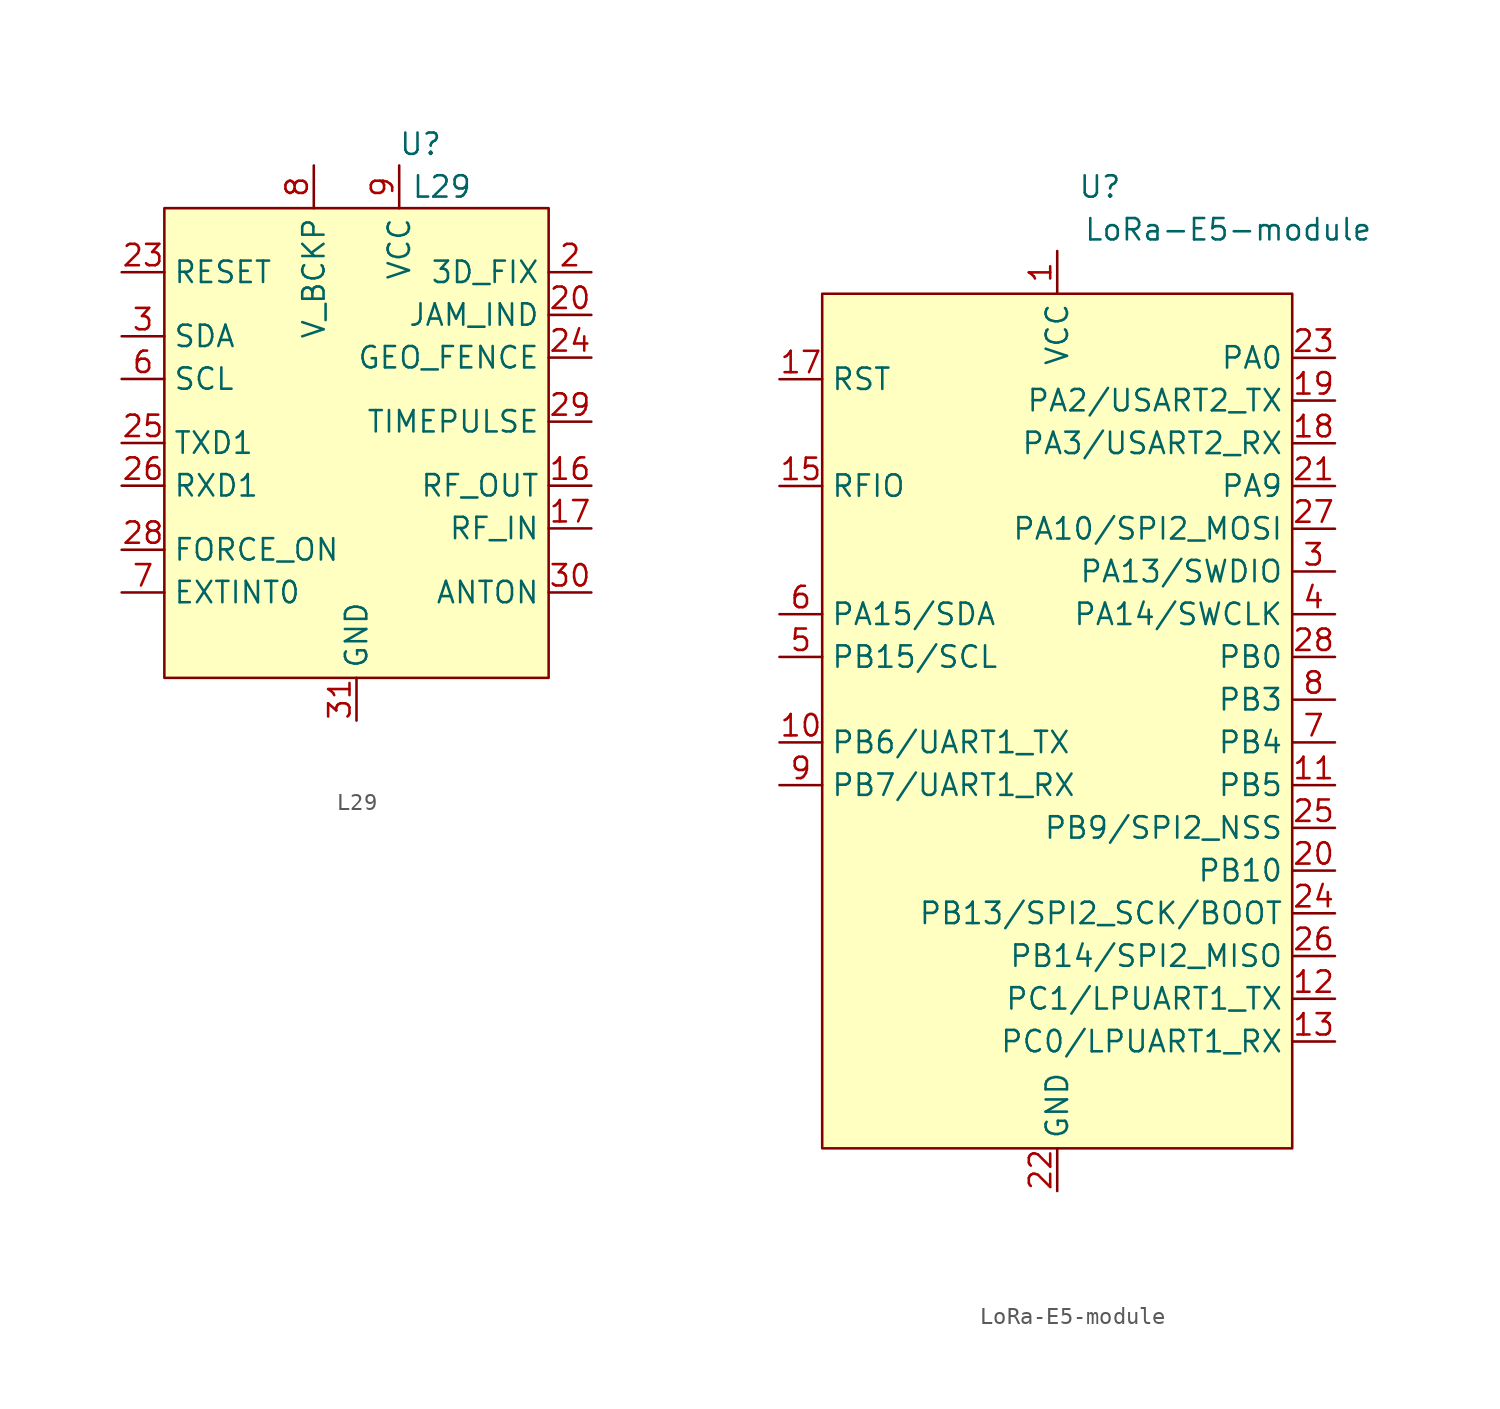
<source format=kicad_sym>
(kicad_symbol_lib
  (version 20211014)
  (generator kicad_symbol_editor)
  (symbol "L29"
    (property "Reference" "U"
      (at 3.81 17.78 0)
      (effects (font (size 1.27 1.27))))
    (property "Value" "L29"
      (at 5.08 15.24 0)
      (effects (font (size 1.27 1.27))))
    (symbol "L29_0_0"
      (pin no_connect line (at 13.97 -11.43 180) (length 2.54) hide (name "NC" (effects (font (size 1.27 1.27)))) (number "1" (effects (font (size 1.27 1.27)))))
      (pin passive line (at 0 -16.51 90) (length 2.54) hide (name "GND" (effects (font (size 1.27 1.27)))) (number "10" (effects (font (size 1.27 1.27)))))
      (pin passive line (at 0 -16.51 90) (length 2.54) hide (name "GND" (effects (font (size 1.27 1.27)))) (number "11" (effects (font (size 1.27 1.27)))))
      (pin passive line (at 0 -16.51 90) (length 2.54) hide (name "GND" (effects (font (size 1.27 1.27)))) (number "12" (effects (font (size 1.27 1.27)))))
      (pin passive line (at 0 -16.51 90) (length 2.54) hide (name "GND" (effects (font (size 1.27 1.27)))) (number "13" (effects (font (size 1.27 1.27)))))
      (pin passive line (at 0 -16.51 90) (length 2.54) hide (name "GND" (effects (font (size 1.27 1.27)))) (number "14" (effects (font (size 1.27 1.27)))))
      (pin passive line (at 0 -16.51 90) (length 2.54) hide (name "GND" (effects (font (size 1.27 1.27)))) (number "15" (effects (font (size 1.27 1.27)))))
      (pin output line (at 13.97 -2.54 180) (length 2.54) (name "RF_OUT" (effects (font (size 1.27 1.27)))) (number "16" (effects (font (size 1.27 1.27)))))
      (pin input line (at 13.97 -5.08 180) (length 2.54) (name "RF_IN" (effects (font (size 1.27 1.27)))) (number "17" (effects (font (size 1.27 1.27)))))
      (pin passive line (at 0 -16.51 90) (length 2.54) hide (name "GND" (effects (font (size 1.27 1.27)))) (number "18" (effects (font (size 1.27 1.27)))))
      (pin passive line (at 0 -16.51 90) (length 2.54) hide (name "GND" (effects (font (size 1.27 1.27)))) (number "19" (effects (font (size 1.27 1.27)))))
      (pin output line (at 13.97 10.16 180) (length 2.54) (name "3D_FIX" (effects (font (size 1.27 1.27)))) (number "2" (effects (font (size 1.27 1.27)))))
      (pin output line (at 13.97 7.62 180) (length 2.54) (name "JAM_IND" (effects (font (size 1.27 1.27)))) (number "20" (effects (font (size 1.27 1.27)))))
      (pin passive line (at 0 -16.51 90) (length 2.54) hide (name "GND" (effects (font (size 1.27 1.27)))) (number "21" (effects (font (size 1.27 1.27)))))
      (pin passive line (at 0 -16.51 90) (length 2.54) hide (name "GND" (effects (font (size 1.27 1.27)))) (number "22" (effects (font (size 1.27 1.27)))))
      (pin input line (at -13.97 10.16 0) (length 2.54) (name "RESET" (effects (font (size 1.27 1.27)))) (number "23" (effects (font (size 1.27 1.27)))))
      (pin output line (at 13.97 5.08 180) (length 2.54) (name "GEO_FENCE" (effects (font (size 1.27 1.27)))) (number "24" (effects (font (size 1.27 1.27)))))
      (pin output line (at -13.97 0 0) (length 2.54) (name "TXD1" (effects (font (size 1.27 1.27)))) (number "25" (effects (font (size 1.27 1.27)))))
      (pin input line (at -13.97 -2.54 0) (length 2.54) (name "RXD1" (effects (font (size 1.27 1.27)))) (number "26" (effects (font (size 1.27 1.27)))))
      (pin passive line (at 0 -16.51 90) (length 2.54) hide (name "GND" (effects (font (size 1.27 1.27)))) (number "27" (effects (font (size 1.27 1.27)))))
      (pin input line (at -13.97 -6.35 0) (length 2.54) (name "FORCE_ON" (effects (font (size 1.27 1.27)))) (number "28" (effects (font (size 1.27 1.27)))))
      (pin output line (at 13.97 1.27 180) (length 2.54) (name "TIMEPULSE" (effects (font (size 1.27 1.27)))) (number "29" (effects (font (size 1.27 1.27)))))
      (pin bidirectional line (at -13.97 6.35 0) (length 2.54) (name "SDA" (effects (font (size 1.27 1.27)))) (number "3" (effects (font (size 1.27 1.27)))))
      (pin output line (at 13.97 -8.89 180) (length 2.54) (name "ANTON" (effects (font (size 1.27 1.27)))) (number "30" (effects (font (size 1.27 1.27)))))
      (pin passive line (at 0 -16.51 90) (length 2.54) (name "GND" (effects (font (size 1.27 1.27)))) (number "31" (effects (font (size 1.27 1.27)))))
      (pin passive line (at 0 -16.51 90) (length 2.54) hide (name "GND" (effects (font (size 1.27 1.27)))) (number "4" (effects (font (size 1.27 1.27)))))
      (pin passive line (at 0 -16.51 90) (length 2.54) hide (name "GND" (effects (font (size 1.27 1.27)))) (number "5" (effects (font (size 1.27 1.27)))))
      (pin bidirectional line (at -13.97 3.81 0) (length 2.54) (name "SCL" (effects (font (size 1.27 1.27)))) (number "6" (effects (font (size 1.27 1.27)))))
      (pin input line (at -13.97 -8.89 0) (length 2.54) (name "EXTINT0" (effects (font (size 1.27 1.27)))) (number "7" (effects (font (size 1.27 1.27)))))
      (pin passive line (at -2.54 16.51 270) (length 2.54) (name "V_BCKP" (effects (font (size 1.27 1.27)))) (number "8" (effects (font (size 1.27 1.27)))))
      (pin passive line (at 2.54 16.51 270) (length 2.54) (name "VCC" (effects (font (size 1.27 1.27)))) (number "9" (effects (font (size 1.27 1.27))))))
    (symbol "L29_0_1"
      (rectangle (start -11.43 13.97) (end 11.43 -13.97) (stroke (width 0) (type default) (color 0 0 0 0)) (fill (type background)))))
  (symbol "LoRa-E5-module"
    (property "Reference" "U"
      (at 2.54 31.75 0)
      (effects (font (size 1.27 1.27))))
    (property "Value" "LoRa-E5-module"
      (at 10.16 29.21 0)
      (effects (font (size 1.27 1.27))))
    (symbol "LoRa-E5-module_0_0"
      (pin passive line (at 0 27.94 270) (length 2.54) (name "VCC" (effects (font (size 1.27 1.27)))) (number "1" (effects (font (size 1.27 1.27)))))
      (pin bidirectional line (at -16.51 -1.27 0) (length 2.54) (name "PB6/UART1_TX" (effects (font (size 1.27 1.27)))) (number "10" (effects (font (size 1.27 1.27)))))
      (pin bidirectional line (at 16.51 -3.81 180) (length 2.54) (name "PB5" (effects (font (size 1.27 1.27)))) (number "11" (effects (font (size 1.27 1.27)))))
      (pin bidirectional line (at 16.51 -16.51 180) (length 2.54) (name "PC1/LPUART1_TX" (effects (font (size 1.27 1.27)))) (number "12" (effects (font (size 1.27 1.27)))))
      (pin bidirectional line (at 16.51 -19.05 180) (length 2.54) (name "PC0/LPUART1_RX" (effects (font (size 1.27 1.27)))) (number "13" (effects (font (size 1.27 1.27)))))
      (pin passive line (at 0 -27.94 90) (length 2.54) hide (name "GND" (effects (font (size 1.27 1.27)))) (number "14" (effects (font (size 1.27 1.27)))))
      (pin bidirectional line (at -16.51 13.97 0) (length 2.54) (name "RFIO" (effects (font (size 1.27 1.27)))) (number "15" (effects (font (size 1.27 1.27)))))
      (pin passive line (at 0 -27.94 90) (length 2.54) hide (name "GND" (effects (font (size 1.27 1.27)))) (number "16" (effects (font (size 1.27 1.27)))))
      (pin bidirectional line (at -16.51 20.32 0) (length 2.54) (name "RST" (effects (font (size 1.27 1.27)))) (number "17" (effects (font (size 1.27 1.27)))))
      (pin bidirectional line (at 16.51 16.51 180) (length 2.54) (name "PA3/USART2_RX" (effects (font (size 1.27 1.27)))) (number "18" (effects (font (size 1.27 1.27)))))
      (pin bidirectional line (at 16.51 19.05 180) (length 2.54) (name "PA2/USART2_TX" (effects (font (size 1.27 1.27)))) (number "19" (effects (font (size 1.27 1.27)))))
      (pin passive line (at 0 -27.94 90) (length 2.54) hide (name "GND" (effects (font (size 1.27 1.27)))) (number "2" (effects (font (size 1.27 1.27)))))
      (pin bidirectional line (at 16.51 -8.89 180) (length 2.54) (name "PB10" (effects (font (size 1.27 1.27)))) (number "20" (effects (font (size 1.27 1.27)))))
      (pin bidirectional line (at 16.51 13.97 180) (length 2.54) (name "PA9" (effects (font (size 1.27 1.27)))) (number "21" (effects (font (size 1.27 1.27)))))
      (pin passive line (at 0 -27.94 90) (length 2.54) (name "GND" (effects (font (size 1.27 1.27)))) (number "22" (effects (font (size 1.27 1.27)))))
      (pin bidirectional line (at 16.51 21.59 180) (length 2.54) (name "PA0" (effects (font (size 1.27 1.27)))) (number "23" (effects (font (size 1.27 1.27)))))
      (pin bidirectional line (at 16.51 -11.43 180) (length 2.54) (name "PB13/SPI2_SCK/BOOT" (effects (font (size 1.27 1.27)))) (number "24" (effects (font (size 1.27 1.27)))))
      (pin bidirectional line (at 16.51 -6.35 180) (length 2.54) (name "PB9/SPI2_NSS" (effects (font (size 1.27 1.27)))) (number "25" (effects (font (size 1.27 1.27)))))
      (pin bidirectional line (at 16.51 -13.97 180) (length 2.54) (name "PB14/SPI2_MISO" (effects (font (size 1.27 1.27)))) (number "26" (effects (font (size 1.27 1.27)))))
      (pin bidirectional line (at 16.51 11.43 180) (length 2.54) (name "PA10/SPI2_MOSI" (effects (font (size 1.27 1.27)))) (number "27" (effects (font (size 1.27 1.27)))))
      (pin bidirectional line (at 16.51 3.81 180) (length 2.54) (name "PB0" (effects (font (size 1.27 1.27)))) (number "28" (effects (font (size 1.27 1.27)))))
      (pin input line (at 16.51 8.89 180) (length 2.54) (name "PA13/SWDIO" (effects (font (size 1.27 1.27)))) (number "3" (effects (font (size 1.27 1.27)))))
      (pin bidirectional line (at 16.51 6.35 180) (length 2.54) (name "PA14/SWCLK" (effects (font (size 1.27 1.27)))) (number "4" (effects (font (size 1.27 1.27)))))
      (pin bidirectional line (at -16.51 3.81 0) (length 2.54) (name "PB15/SCL" (effects (font (size 1.27 1.27)))) (number "5" (effects (font (size 1.27 1.27)))))
      (pin bidirectional line (at -16.51 6.35 0) (length 2.54) (name "PA15/SDA" (effects (font (size 1.27 1.27)))) (number "6" (effects (font (size 1.27 1.27)))))
      (pin bidirectional line (at 16.51 -1.27 180) (length 2.54) (name "PB4" (effects (font (size 1.27 1.27)))) (number "7" (effects (font (size 1.27 1.27)))))
      (pin bidirectional line (at 16.51 1.27 180) (length 2.54) (name "PB3" (effects (font (size 1.27 1.27)))) (number "8" (effects (font (size 1.27 1.27)))))
      (pin bidirectional line (at -16.51 -3.81 0) (length 2.54) (name "PB7/UART1_RX" (effects (font (size 1.27 1.27)))) (number "9" (effects (font (size 1.27 1.27))))))
    (symbol "LoRa-E5-module_0_1"
      (rectangle (start -13.97 25.4) (end 13.97 -25.4) (stroke (width 0) (type default) (color 0 0 0 0)) (fill (type background))))))
</source>
